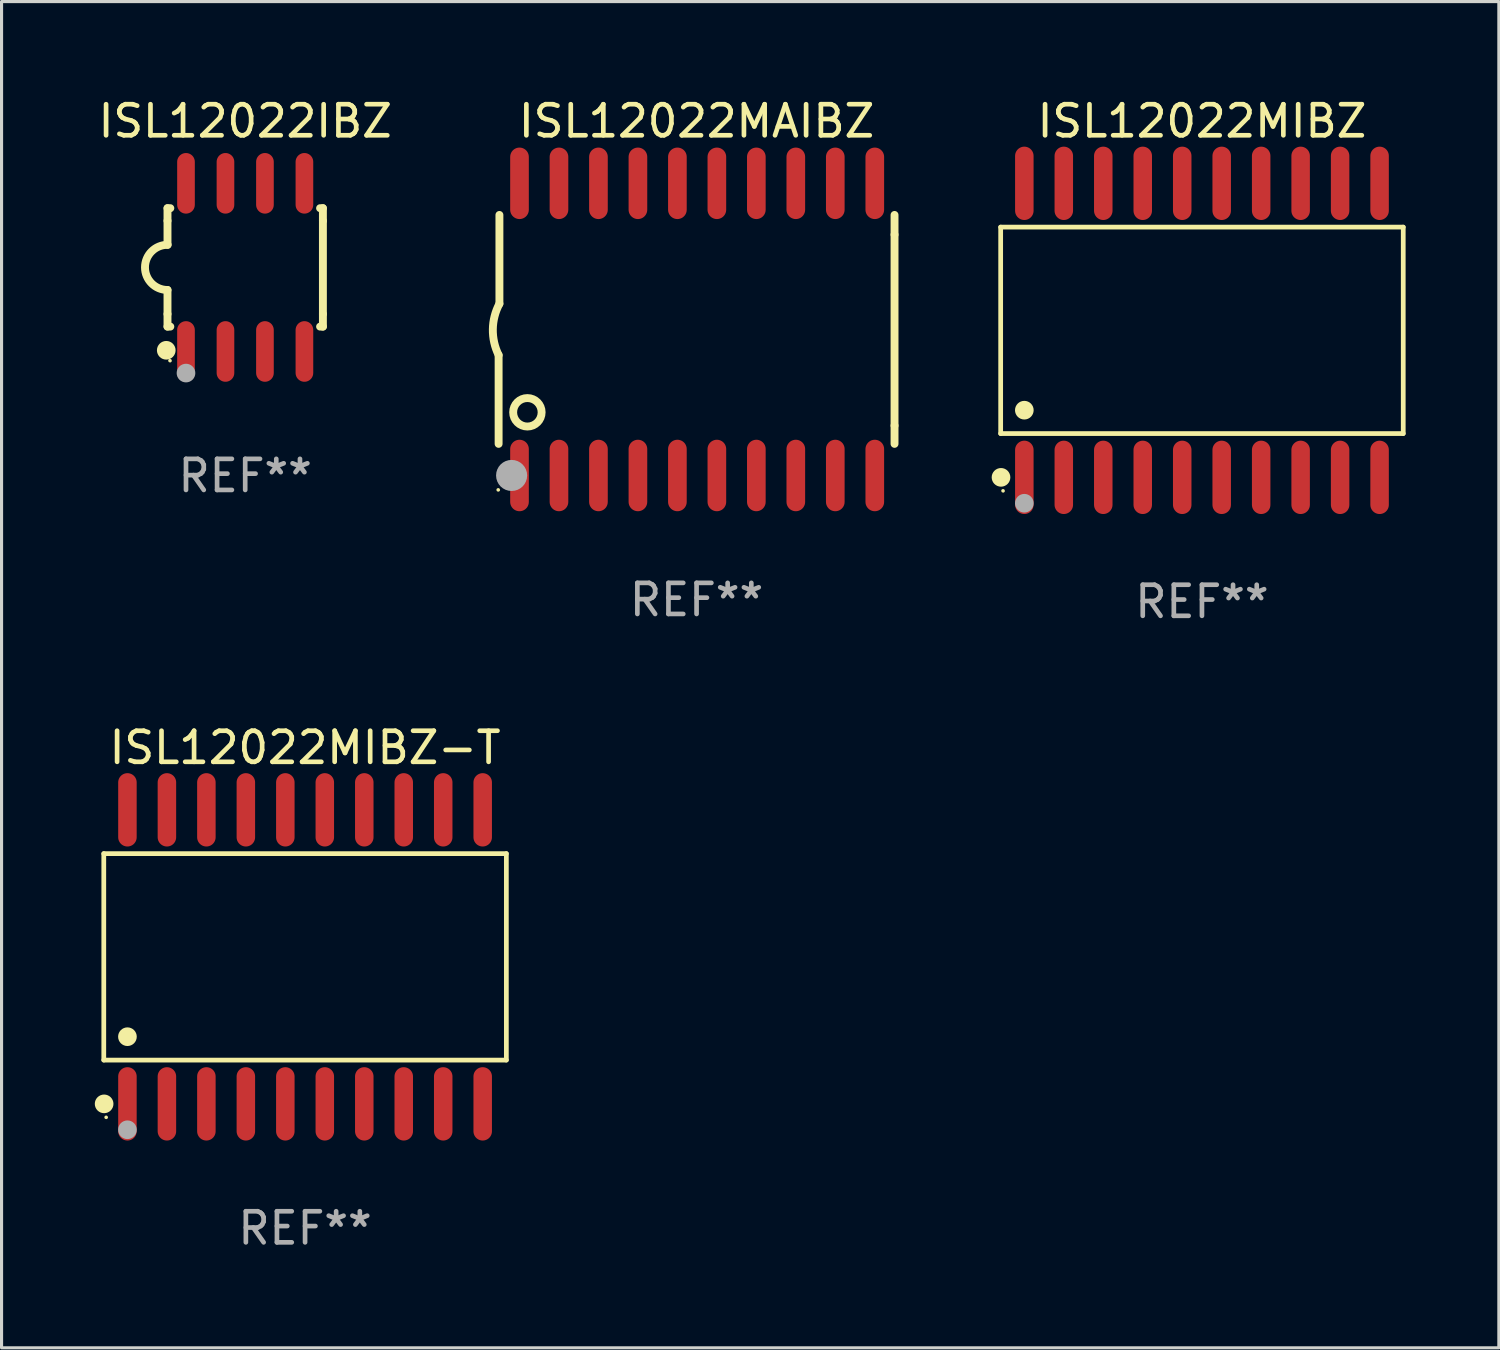
<source format=kicad_pcb>
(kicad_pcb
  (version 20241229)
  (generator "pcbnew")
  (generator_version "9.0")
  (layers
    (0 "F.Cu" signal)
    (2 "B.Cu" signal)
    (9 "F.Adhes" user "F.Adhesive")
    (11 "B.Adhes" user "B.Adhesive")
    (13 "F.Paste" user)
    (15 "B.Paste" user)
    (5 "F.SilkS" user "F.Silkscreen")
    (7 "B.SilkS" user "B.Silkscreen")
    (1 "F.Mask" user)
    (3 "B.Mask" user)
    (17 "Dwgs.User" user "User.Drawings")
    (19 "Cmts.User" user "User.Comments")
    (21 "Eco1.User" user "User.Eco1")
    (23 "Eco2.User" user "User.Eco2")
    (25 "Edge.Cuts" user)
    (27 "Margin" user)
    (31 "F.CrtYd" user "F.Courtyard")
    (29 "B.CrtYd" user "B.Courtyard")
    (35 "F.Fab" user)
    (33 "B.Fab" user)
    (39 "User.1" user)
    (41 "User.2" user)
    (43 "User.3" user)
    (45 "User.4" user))
  (footprint "ISL12022MIBZ"
    (layer "F.Cu")
    (at 35.621 7.578)
    (property "Reference" "ISL12022MIBZ" (at 0 -6.73 0) (layer "F.SilkS") (effects (font (size 1 1) (thickness 0.15))))
    (attr through_hole)
    (fp_line (start -6.476 -3.321) (end 6.476 -3.321) (stroke (width 0.152) (type solid)) (layer "F.SilkS"))
    (fp_line (start -6.476 3.321) (end -6.476 -3.321) (stroke (width 0.152) (type solid)) (layer "F.SilkS"))
    (fp_line (start 6.476 -3.321) (end 6.476 3.321) (stroke (width 0.152) (type solid)) (layer "F.SilkS"))
    (fp_line (start 6.476 3.321) (end -6.476 3.321) (stroke (width 0.152) (type solid)) (layer "F.SilkS"))
    (fp_circle (center -6.465 4.73) (end -6.315 4.73) (stroke (width 0.3) (type solid)) (fill no) (layer "F.SilkS"))
    (fp_circle (center -6.4 5.163) (end -6.37 5.163) (stroke (width 0.06) (type solid)) (fill no) (layer "F.SilkS"))
    (fp_circle (center -5.715 2.569) (end -5.565 2.569) (stroke (width 0.3) (type solid)) (fill no) (layer "F.SilkS"))
    (fp_circle (center -5.715 5.563) (end -5.565 5.563) (stroke (width 0.3) (type solid)) (fill no) (layer "F.Fab"))
    (fp_text user "REF**" (at 0 8.73 0) (layer "F.Fab") (effects (font (size 1 1) (thickness 0.15))))
    (pad "1" smd oval (at -5.715 4.73) (size 0.595 2.36) (layers "F.Cu" "F.Mask" "F.Paste"))
    (pad "2" smd oval (at -4.445 4.73) (size 0.595 2.36) (layers "F.Cu" "F.Mask" "F.Paste"))
    (pad "3" smd oval (at -3.175 4.73) (size 0.595 2.36) (layers "F.Cu" "F.Mask" "F.Paste"))
    (pad "4" smd oval (at -1.905 4.73) (size 0.595 2.36) (layers "F.Cu" "F.Mask" "F.Paste"))
    (pad "5" smd oval (at -0.635 4.73) (size 0.595 2.36) (layers "F.Cu" "F.Mask" "F.Paste"))
    (pad "6" smd oval (at 0.635 4.73) (size 0.595 2.36) (layers "F.Cu" "F.Mask" "F.Paste"))
    (pad "7" smd oval (at 1.905 4.73) (size 0.595 2.36) (layers "F.Cu" "F.Mask" "F.Paste"))
    (pad "8" smd oval (at 3.175 4.73) (size 0.595 2.36) (layers "F.Cu" "F.Mask" "F.Paste"))
    (pad "9" smd oval (at 4.445 4.73) (size 0.595 2.36) (layers "F.Cu" "F.Mask" "F.Paste"))
    (pad "10" smd oval (at 5.715 4.73) (size 0.595 2.36) (layers "F.Cu" "F.Mask" "F.Paste"))
    (pad "11" smd oval (at 5.715 -4.73) (size 0.595 2.36) (layers "F.Cu" "F.Mask" "F.Paste"))
    (pad "12" smd oval (at 4.445 -4.73) (size 0.595 2.36) (layers "F.Cu" "F.Mask" "F.Paste"))
    (pad "13" smd oval (at 3.175 -4.73) (size 0.595 2.36) (layers "F.Cu" "F.Mask" "F.Paste"))
    (pad "14" smd oval (at 1.905 -4.73) (size 0.595 2.36) (layers "F.Cu" "F.Mask" "F.Paste"))
    (pad "15" smd oval (at 0.635 -4.73) (size 0.595 2.36) (layers "F.Cu" "F.Mask" "F.Paste"))
    (pad "16" smd oval (at -0.635 -4.73) (size 0.595 2.36) (layers "F.Cu" "F.Mask" "F.Paste"))
    (pad "17" smd oval (at -1.905 -4.73) (size 0.595 2.36) (layers "F.Cu" "F.Mask" "F.Paste"))
    (pad "18" smd oval (at -3.175 -4.73) (size 0.595 2.36) (layers "F.Cu" "F.Mask" "F.Paste"))
    (pad "19" smd oval (at -4.445 -4.73) (size 0.595 2.36) (layers "F.Cu" "F.Mask" "F.Paste"))
    (pad "20" smd oval (at -5.715 -4.73) (size 0.595 2.36) (layers "F.Cu" "F.Mask" "F.Paste")))
  (footprint "ISL12022IBZ"
    (layer "F.Cu")
    (at 4.839 5.553)
    (property "Reference" "ISL12022IBZ" (at 0 -4.705 0) (layer "F.SilkS") (effects (font (size 1 1) (thickness 0.15))))
    (attr through_hole)
    (fp_line (start -2.5 -1.905) (end -2.409 -1.905) (stroke (width 0.254) (type solid)) (layer "F.SilkS"))
    (fp_line (start -2.5 -1.5) (end -2.5 -1.905) (stroke (width 0.254) (type solid)) (layer "F.SilkS"))
    (fp_line (start -2.5 -1.5) (end -2.5 -0.726) (stroke (width 0.254) (type solid)) (layer "F.SilkS"))
    (fp_line (start -2.5 1.5) (end -2.5 0.727) (stroke (width 0.254) (type solid)) (layer "F.SilkS"))
    (fp_line (start -2.5 1.5) (end -2.5 1.905) (stroke (width 0.254) (type solid)) (layer "F.SilkS"))
    (fp_line (start -2.5 1.905) (end -2.409 1.905) (stroke (width 0.254) (type solid)) (layer "F.SilkS"))
    (fp_line (start 2.5 -1.905) (end 2.409 -1.905) (stroke (width 0.254) (type solid)) (layer "F.SilkS"))
    (fp_line (start 2.5 -1.5) (end 2.5 -1.905) (stroke (width 0.254) (type solid)) (layer "F.SilkS"))
    (fp_line (start 2.5 -1.5) (end 2.5 1.5) (stroke (width 0.254) (type solid)) (layer "F.SilkS"))
    (fp_line (start 2.5 1.5) (end 2.5 1.905) (stroke (width 0.254) (type solid)) (layer "F.SilkS"))
    (fp_line (start 2.5 1.905) (end 2.409 1.905) (stroke (width 0.254) (type solid)) (layer "F.SilkS"))
    (fp_arc (start -2.5 0.726568) (mid -3.220316 -0.0023) (end -2.495097 -0.726289) (stroke (width 0.254001) (type solid)) (layer "F.SilkS"))
    (fp_circle (center -2.54 2.667) (end -2.39 2.667) (stroke (width 0.3) (type solid)) (fill no) (layer "F.SilkS"))
    (fp_circle (center -2.42 3) (end -2.39 3) (stroke (width 0.06) (type solid)) (fill no) (layer "F.SilkS"))
    (fp_circle (center -1.905 3.4) (end -1.755 3.4) (stroke (width 0.3) (type solid)) (fill no) (layer "F.Fab"))
    (fp_text user "REF**" (at 0 6.705 0) (layer "F.Fab") (effects (font (size 1 1) (thickness 0.15))))
    (pad "1" smd oval (at -1.905 2.705) (size 0.568 1.95) (layers "F.Cu" "F.Mask" "F.Paste"))
    (pad "2" smd oval (at -0.635 2.705) (size 0.568 1.95) (layers "F.Cu" "F.Mask" "F.Paste"))
    (pad "3" smd oval (at 0.635 2.705) (size 0.568 1.95) (layers "F.Cu" "F.Mask" "F.Paste"))
    (pad "4" smd oval (at 1.905 2.705) (size 0.568 1.95) (layers "F.Cu" "F.Mask" "F.Paste"))
    (pad "5" smd oval (at 1.905 -2.705) (size 0.568 1.95) (layers "F.Cu" "F.Mask" "F.Paste"))
    (pad "6" smd oval (at 0.635 -2.705) (size 0.568 1.95) (layers "F.Cu" "F.Mask" "F.Paste"))
    (pad "7" smd oval (at -0.635 -2.705) (size 0.568 1.95) (layers "F.Cu" "F.Mask" "F.Paste"))
    (pad "8" smd oval (at -1.905 -2.705) (size 0.568 1.95) (layers "F.Cu" "F.Mask" "F.Paste")))
  (footprint "ISL12022MIBZ-T"
    (layer "F.Cu")
    (at 6.765 27.735)
    (property "Reference" "ISL12022MIBZ-T" (at 0 -6.73 0) (layer "F.SilkS") (effects (font (size 1 1) (thickness 0.15))))
    (attr through_hole)
    (fp_line (start -6.476 -3.321) (end 6.476 -3.321) (stroke (width 0.152) (type solid)) (layer "F.SilkS"))
    (fp_line (start -6.476 3.321) (end -6.476 -3.321) (stroke (width 0.152) (type solid)) (layer "F.SilkS"))
    (fp_line (start 6.476 -3.321) (end 6.476 3.321) (stroke (width 0.152) (type solid)) (layer "F.SilkS"))
    (fp_line (start 6.476 3.321) (end -6.476 3.321) (stroke (width 0.152) (type solid)) (layer "F.SilkS"))
    (fp_circle (center -6.465 4.73) (end -6.315 4.73) (stroke (width 0.3) (type solid)) (fill no) (layer "F.SilkS"))
    (fp_circle (center -6.4 5.163) (end -6.37 5.163) (stroke (width 0.06) (type solid)) (fill no) (layer "F.SilkS"))
    (fp_circle (center -5.715 2.569) (end -5.565 2.569) (stroke (width 0.3) (type solid)) (fill no) (layer "F.SilkS"))
    (fp_circle (center -5.715 5.563) (end -5.565 5.563) (stroke (width 0.3) (type solid)) (fill no) (layer "F.Fab"))
    (fp_text user "REF**" (at 0 8.73 0) (layer "F.Fab") (effects (font (size 1 1) (thickness 0.15))))
    (pad "1" smd oval (at -5.715 4.73) (size 0.595 2.36) (layers "F.Cu" "F.Mask" "F.Paste"))
    (pad "2" smd oval (at -4.445 4.73) (size 0.595 2.36) (layers "F.Cu" "F.Mask" "F.Paste"))
    (pad "3" smd oval (at -3.175 4.73) (size 0.595 2.36) (layers "F.Cu" "F.Mask" "F.Paste"))
    (pad "4" smd oval (at -1.905 4.73) (size 0.595 2.36) (layers "F.Cu" "F.Mask" "F.Paste"))
    (pad "5" smd oval (at -0.635 4.73) (size 0.595 2.36) (layers "F.Cu" "F.Mask" "F.Paste"))
    (pad "6" smd oval (at 0.635 4.73) (size 0.595 2.36) (layers "F.Cu" "F.Mask" "F.Paste"))
    (pad "7" smd oval (at 1.905 4.73) (size 0.595 2.36) (layers "F.Cu" "F.Mask" "F.Paste"))
    (pad "8" smd oval (at 3.175 4.73) (size 0.595 2.36) (layers "F.Cu" "F.Mask" "F.Paste"))
    (pad "9" smd oval (at 4.445 4.73) (size 0.595 2.36) (layers "F.Cu" "F.Mask" "F.Paste"))
    (pad "10" smd oval (at 5.715 4.73) (size 0.595 2.36) (layers "F.Cu" "F.Mask" "F.Paste"))
    (pad "11" smd oval (at 5.715 -4.73) (size 0.595 2.36) (layers "F.Cu" "F.Mask" "F.Paste"))
    (pad "12" smd oval (at 4.445 -4.73) (size 0.595 2.36) (layers "F.Cu" "F.Mask" "F.Paste"))
    (pad "13" smd oval (at 3.175 -4.73) (size 0.595 2.36) (layers "F.Cu" "F.Mask" "F.Paste"))
    (pad "14" smd oval (at 1.905 -4.73) (size 0.595 2.36) (layers "F.Cu" "F.Mask" "F.Paste"))
    (pad "15" smd oval (at 0.635 -4.73) (size 0.595 2.36) (layers "F.Cu" "F.Mask" "F.Paste"))
    (pad "16" smd oval (at -0.635 -4.73) (size 0.595 2.36) (layers "F.Cu" "F.Mask" "F.Paste"))
    (pad "17" smd oval (at -1.905 -4.73) (size 0.595 2.36) (layers "F.Cu" "F.Mask" "F.Paste"))
    (pad "18" smd oval (at -3.175 -4.73) (size 0.595 2.36) (layers "F.Cu" "F.Mask" "F.Paste"))
    (pad "19" smd oval (at -4.445 -4.73) (size 0.595 2.36) (layers "F.Cu" "F.Mask" "F.Paste"))
    (pad "20" smd oval (at -5.715 -4.73) (size 0.595 2.36) (layers "F.Cu" "F.Mask" "F.Paste")))
  (footprint "ISL12022MAIBZ"
    (layer "F.Cu")
    (at 19.361 7.548)
    (property "Reference" "ISL12022MAIBZ" (at 0 -6.7 0) (layer "F.SilkS") (effects (font (size 1 1) (thickness 0.15))))
    (attr through_hole)
    (fp_line (start -6.369 0.826) (end -6.369 3.683) (stroke (width 0.254) (type solid)) (layer "F.SilkS"))
    (fp_line (start -6.343 -0.825) (end -6.343 -3.683) (stroke (width 0.254) (type solid)) (layer "F.SilkS"))
    (fp_line (start 6.369 -3.048) (end 6.369 -3.683) (stroke (width 0.254) (type solid)) (layer "F.SilkS"))
    (fp_line (start 6.369 -3.048) (end 6.369 3.096) (stroke (width 0.254) (type solid)) (layer "F.SilkS"))
    (fp_line (start 6.369 3.096) (end 6.369 3.683) (stroke (width 0.254) (type solid)) (layer "F.SilkS"))
    (fp_arc (start -6.36853 0.825552) (mid -6.554743 -0.00301) (end -6.343129 -0.825451) (stroke (width 0.254001) (type solid)) (layer "F.SilkS"))
    (fp_circle (center -6.382 5.163) (end -6.352 5.163) (stroke (width 0.06) (type solid)) (fill no) (layer "F.SilkS"))
    (fp_circle (center -5.443 2.667) (end -4.985 2.667) (stroke (width 0.254) (type solid)) (fill no) (layer "F.SilkS"))
    (fp_circle (center -5.951 4.699) (end -5.701 4.699) (stroke (width 0.5) (type solid)) (fill no) (layer "F.Fab"))
    (fp_text user "REF**" (at 0 8.7 0) (layer "F.Fab") (effects (font (size 1 1) (thickness 0.15))))
    (pad "1" smd oval (at -5.697 4.7 180) (size 0.6 2.3) (layers "F.Cu" "F.Mask" "F.Paste"))
    (pad "2" smd oval (at -4.427 4.7 180) (size 0.6 2.3) (layers "F.Cu" "F.Mask" "F.Paste"))
    (pad "3" smd oval (at -3.157 4.7 180) (size 0.6 2.3) (layers "F.Cu" "F.Mask" "F.Paste"))
    (pad "4" smd oval (at -1.887 4.7 180) (size 0.6 2.3) (layers "F.Cu" "F.Mask" "F.Paste"))
    (pad "5" smd oval (at -0.617 4.7 180) (size 0.6 2.3) (layers "F.Cu" "F.Mask" "F.Paste"))
    (pad "6" smd oval (at 0.653 4.7 180) (size 0.6 2.3) (layers "F.Cu" "F.Mask" "F.Paste"))
    (pad "7" smd oval (at 1.923 4.7 180) (size 0.6 2.3) (layers "F.Cu" "F.Mask" "F.Paste"))
    (pad "8" smd oval (at 3.193 4.7 180) (size 0.6 2.3) (layers "F.Cu" "F.Mask" "F.Paste"))
    (pad "9" smd oval (at 4.463 4.7 180) (size 0.6 2.3) (layers "F.Cu" "F.Mask" "F.Paste"))
    (pad "10" smd oval (at 5.734 4.7 180) (size 0.6 2.3) (layers "F.Cu" "F.Mask" "F.Paste"))
    (pad "11" smd oval (at 5.734 -4.7 180) (size 0.6 2.3) (layers "F.Cu" "F.Mask" "F.Paste"))
    (pad "12" smd oval (at 4.463 -4.7 180) (size 0.6 2.3) (layers "F.Cu" "F.Mask" "F.Paste"))
    (pad "13" smd oval (at 3.193 -4.7 180) (size 0.6 2.3) (layers "F.Cu" "F.Mask" "F.Paste"))
    (pad "14" smd oval (at 1.923 -4.7 180) (size 0.6 2.3) (layers "F.Cu" "F.Mask" "F.Paste"))
    (pad "15" smd oval (at 0.653 -4.7 180) (size 0.6 2.3) (layers "F.Cu" "F.Mask" "F.Paste"))
    (pad "16" smd oval (at -0.617 -4.7 180) (size 0.6 2.3) (layers "F.Cu" "F.Mask" "F.Paste"))
    (pad "17" smd oval (at -1.887 -4.7 180) (size 0.6 2.3) (layers "F.Cu" "F.Mask" "F.Paste"))
    (pad "18" smd oval (at -3.157 -4.7 180) (size 0.6 2.3) (layers "F.Cu" "F.Mask" "F.Paste"))
    (pad "19" smd oval (at -4.427 -4.7 180) (size 0.6 2.3) (layers "F.Cu" "F.Mask" "F.Paste"))
    (pad "20" smd oval (at -5.697 -4.7 180) (size 0.6 2.3) (layers "F.Cu" "F.Mask" "F.Paste")))
  (gr_rect
    (start -3 -3)
    (end 45.173 40.313)
    (stroke (width 0.1) (type default))
    (fill no)
    (layer "Edge.Cuts")))
</source>
